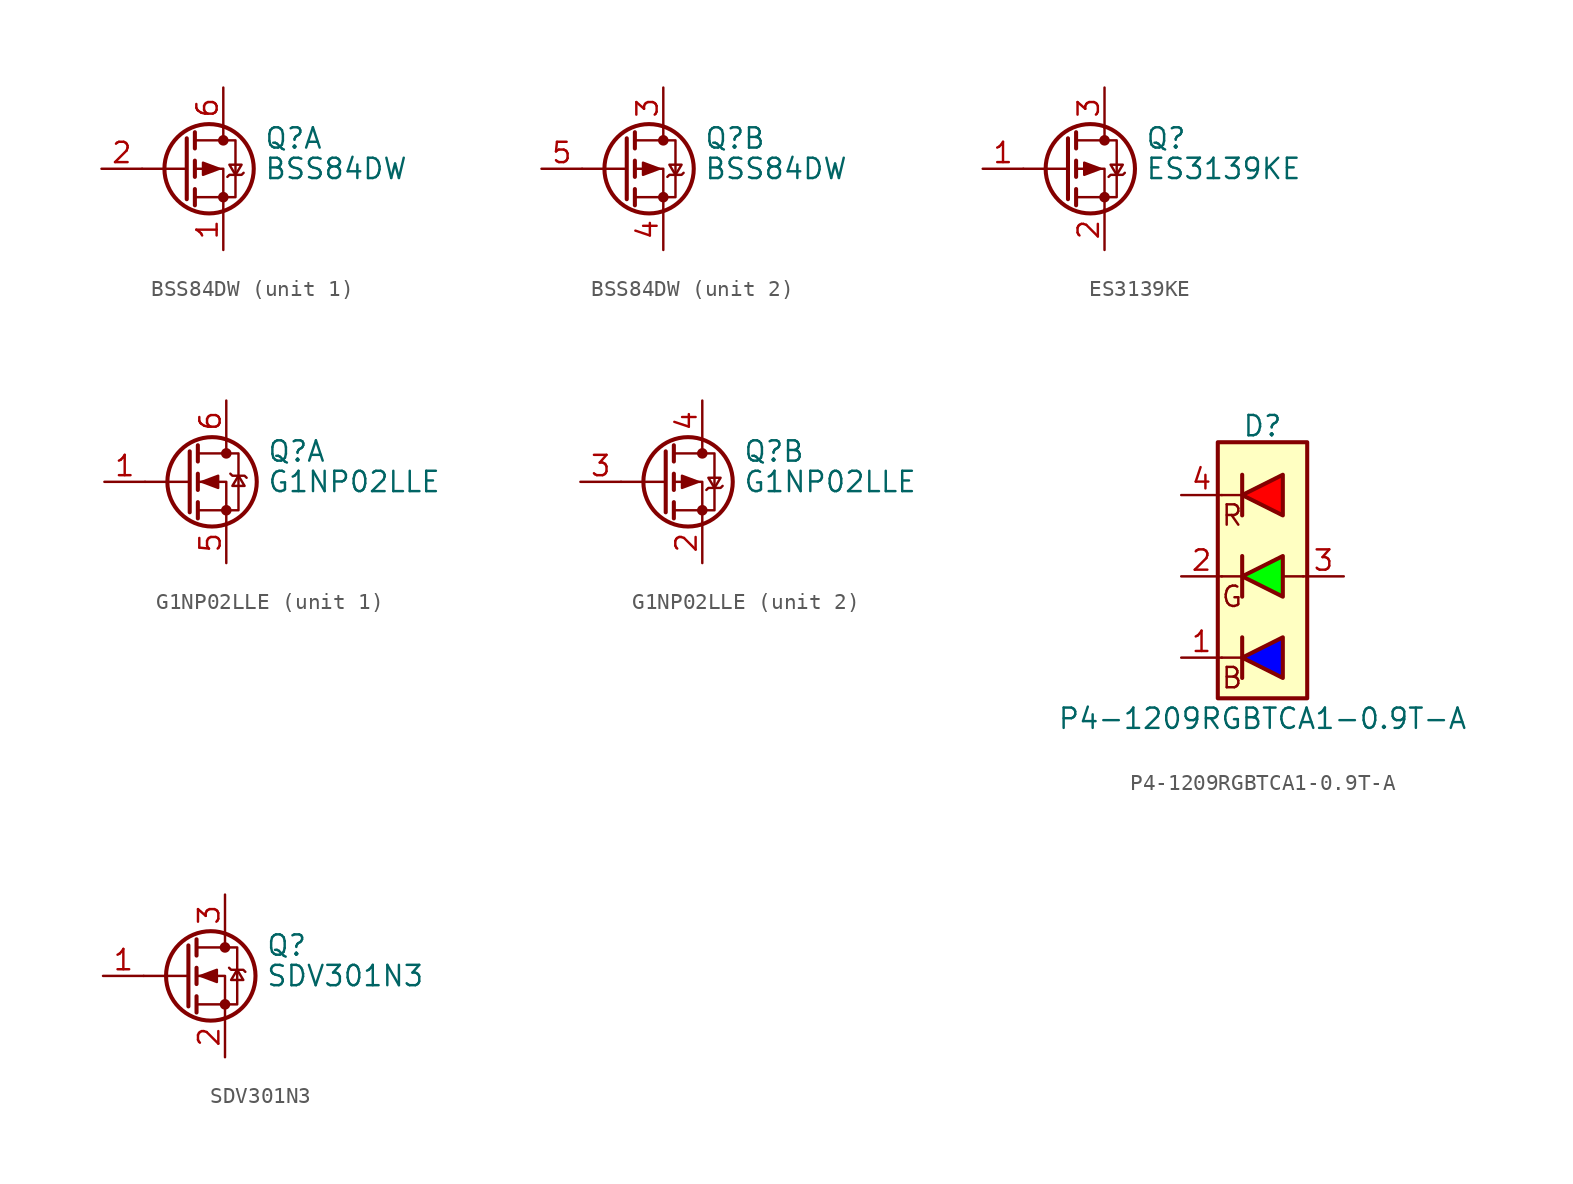
<source format=kicad_sym>
(kicad_symbol_lib
  (version 20231120)
  (generator "kicad_symbol_editor")
  (generator_version "8.0")
  (symbol "BSS84DW"
    (pin_names hide)
    (property "Reference" "Q"
      (at 5.08 1.905 0)
      (effects (font (size 1.27 1.27)) (justify left)))
    (property "Value" "BSS84DW"
      (at 5.08 0 0)
      (effects (font (size 1.27 1.27)) (justify left)))
    (symbol "BSS84DW_0_1"
      (polyline (pts (xy 0.254 0) (xy -2.54 0)) (stroke (width 0) (type default)) (fill (type none)))
      (polyline (pts (xy 0.254 1.905) (xy 0.254 -1.905)) (stroke (width 0.254) (type default)) (fill (type none)))
      (polyline (pts (xy 0.762 -1.27) (xy 0.762 -2.286)) (stroke (width 0.254) (type default)) (fill (type none)))
      (polyline (pts (xy 0.762 0.508) (xy 0.762 -0.508)) (stroke (width 0.254) (type default)) (fill (type none)))
      (polyline (pts (xy 0.762 2.286) (xy 0.762 1.27)) (stroke (width 0.254) (type default)) (fill (type none)))
      (polyline (pts (xy 2.54 2.54) (xy 2.54 1.778)) (stroke (width 0) (type default)) (fill (type none)))
      (polyline (pts (xy 2.54 -2.54) (xy 2.54 0) (xy 0.762 0)) (stroke (width 0) (type default)) (fill (type none)))
      (polyline (pts (xy 0.762 1.778) (xy 3.302 1.778) (xy 3.302 -1.778) (xy 0.762 -1.778)) (stroke (width 0) (type default)) (fill (type none)))
      (polyline (pts (xy 2.286 0) (xy 1.27 0.381) (xy 1.27 -0.381) (xy 2.286 0)) (stroke (width 0) (type default)) (fill (type outline)))
      (polyline (pts (xy 2.794 -0.508) (xy 2.921 -0.381) (xy 3.683 -0.381) (xy 3.81 -0.254)) (stroke (width 0) (type default)) (fill (type none)))
      (polyline (pts (xy 3.302 -0.381) (xy 2.921 0.254) (xy 3.683 0.254) (xy 3.302 -0.381)) (stroke (width 0) (type default)) (fill (type none)))
      (circle (center 1.651 0) (radius 2.794) (stroke (width 0.254) (type default)) (fill (type none)))
      (circle (center 2.54 -1.778) (radius 0.254) (stroke (width 0) (type default)) (fill (type outline)))
      (circle (center 2.54 1.778) (radius 0.254) (stroke (width 0) (type default)) (fill (type outline))))
    (symbol "BSS84DW_1_1"
      (pin passive line (at 2.54 -5.08 90) (length 2.54) (name "S1" (effects (font (size 1.27 1.27)))) (number "1" (effects (font (size 1.27 1.27)))))
      (pin input line (at -5.08 0 0) (length 2.54) (name "G1" (effects (font (size 1.27 1.27)))) (number "2" (effects (font (size 1.27 1.27)))))
      (pin passive line (at 2.54 5.08 270) (length 2.54) (name "D1" (effects (font (size 1.27 1.27)))) (number "6" (effects (font (size 1.27 1.27))))))
    (symbol "BSS84DW_2_1"
      (pin passive line (at 2.54 5.08 270) (length 2.54) (name "D2" (effects (font (size 1.27 1.27)))) (number "3" (effects (font (size 1.27 1.27)))))
      (pin passive line (at 2.54 -5.08 90) (length 2.54) (name "S2" (effects (font (size 1.27 1.27)))) (number "4" (effects (font (size 1.27 1.27)))))
      (pin input line (at -5.08 0 0) (length 2.54) (name "G2" (effects (font (size 1.27 1.27)))) (number "5" (effects (font (size 1.27 1.27)))))))
  (symbol "ES3139KE"
    (pin_names hide)
    (property "Reference" "Q"
      (at 5.08 1.905 0)
      (effects (font (size 1.27 1.27)) (justify left)))
    (property "Value" "ES3139KE"
      (at 5.08 0 0)
      (effects (font (size 1.27 1.27)) (justify left)))
    (symbol "ES3139KE_0_1"
      (polyline (pts (xy 0.254 0) (xy -2.54 0)) (stroke (width 0) (type default)) (fill (type none)))
      (polyline (pts (xy 0.254 1.905) (xy 0.254 -1.905)) (stroke (width 0.254) (type default)) (fill (type none)))
      (polyline (pts (xy 0.762 -1.27) (xy 0.762 -2.286)) (stroke (width 0.254) (type default)) (fill (type none)))
      (polyline (pts (xy 0.762 0.508) (xy 0.762 -0.508)) (stroke (width 0.254) (type default)) (fill (type none)))
      (polyline (pts (xy 0.762 2.286) (xy 0.762 1.27)) (stroke (width 0.254) (type default)) (fill (type none)))
      (polyline (pts (xy 2.54 2.54) (xy 2.54 1.778)) (stroke (width 0) (type default)) (fill (type none)))
      (polyline (pts (xy 2.54 -2.54) (xy 2.54 0) (xy 0.762 0)) (stroke (width 0) (type default)) (fill (type none)))
      (polyline (pts (xy 0.762 1.778) (xy 3.302 1.778) (xy 3.302 -1.778) (xy 0.762 -1.778)) (stroke (width 0) (type default)) (fill (type none)))
      (polyline (pts (xy 2.286 0) (xy 1.27 0.381) (xy 1.27 -0.381) (xy 2.286 0)) (stroke (width 0) (type default)) (fill (type outline)))
      (polyline (pts (xy 2.794 -0.508) (xy 2.921 -0.381) (xy 3.683 -0.381) (xy 3.81 -0.254)) (stroke (width 0) (type default)) (fill (type none)))
      (polyline (pts (xy 3.302 -0.381) (xy 2.921 0.254) (xy 3.683 0.254) (xy 3.302 -0.381)) (stroke (width 0) (type default)) (fill (type none)))
      (circle (center 1.651 0) (radius 2.794) (stroke (width 0.254) (type default)) (fill (type none)))
      (circle (center 2.54 -1.778) (radius 0.254) (stroke (width 0) (type default)) (fill (type outline)))
      (circle (center 2.54 1.778) (radius 0.254) (stroke (width 0) (type default)) (fill (type outline))))
    (symbol "ES3139KE_1_1"
      (pin input line (at -5.08 0 0) (length 2.54) (name "G" (effects (font (size 1.27 1.27)))) (number "1" (effects (font (size 1.27 1.27)))))
      (pin passive line (at 2.54 -5.08 90) (length 2.54) (name "S" (effects (font (size 1.27 1.27)))) (number "2" (effects (font (size 1.27 1.27)))))
      (pin passive line (at 2.54 5.08 270) (length 2.54) (name "D" (effects (font (size 1.27 1.27)))) (number "3" (effects (font (size 1.27 1.27)))))))
  (symbol "G1NP02LLE"
    (pin_names hide)
    (property "Reference" "Q"
      (at 5.08 1.905 0)
      (effects (font (size 1.27 1.27)) (justify left)))
    (property "Value" "G1NP02LLE"
      (at 5.08 0 0)
      (effects (font (size 1.27 1.27)) (justify left)))
    (property "ki_locked" ""
      (at 0 0 0)
      (effects (font (size 1.27 1.27))))
    (symbol "G1NP02LLE_0_1"
      (polyline (pts (xy 0.254 0) (xy -2.54 0)) (stroke (width 0) (type default)) (fill (type none)))
      (polyline (pts (xy 0.254 1.905) (xy 0.254 -1.905)) (stroke (width 0.254) (type default)) (fill (type none)))
      (polyline (pts (xy 0.762 -1.27) (xy 0.762 -2.286)) (stroke (width 0.254) (type default)) (fill (type none)))
      (polyline (pts (xy 0.762 0.508) (xy 0.762 -0.508)) (stroke (width 0.254) (type default)) (fill (type none)))
      (polyline (pts (xy 0.762 2.286) (xy 0.762 1.27)) (stroke (width 0.254) (type default)) (fill (type none)))
      (polyline (pts (xy 2.54 2.54) (xy 2.54 1.778)) (stroke (width 0) (type default)) (fill (type none)))
      (polyline (pts (xy 2.54 -2.54) (xy 2.54 0) (xy 0.762 0)) (stroke (width 0) (type default)) (fill (type none)))
      (polyline (pts (xy 0.762 -1.778) (xy 3.302 -1.778) (xy 3.302 1.778) (xy 0.762 1.778)) (stroke (width 0) (type default)) (fill (type none)))
      (circle (center 1.651 0) (radius 2.794) (stroke (width 0.254) (type default)) (fill (type none)))
      (circle (center 2.54 -1.778) (radius 0.254) (stroke (width 0) (type default)) (fill (type outline)))
      (circle (center 2.54 1.778) (radius 0.254) (stroke (width 0) (type default)) (fill (type outline))))
    (symbol "G1NP02LLE_1_1"
      (polyline (pts (xy 1.016 0) (xy 2.032 0.381) (xy 2.032 -0.381) (xy 1.016 0)) (stroke (width 0) (type default)) (fill (type outline)))
      (polyline (pts (xy 2.794 0.508) (xy 2.921 0.381) (xy 3.683 0.381) (xy 3.81 0.254)) (stroke (width 0) (type default)) (fill (type none)))
      (polyline (pts (xy 3.302 0.381) (xy 2.921 -0.254) (xy 3.683 -0.254) (xy 3.302 0.381)) (stroke (width 0) (type default)) (fill (type none)))
      (pin input line (at -5.08 0 0) (length 2.54) (name "G" (effects (font (size 1.27 1.27)))) (number "1" (effects (font (size 1.27 1.27)))))
      (pin passive line (at 2.54 -5.08 90) (length 2.54) (name "S" (effects (font (size 1.27 1.27)))) (number "5" (effects (font (size 1.27 1.27)))))
      (pin passive line (at 2.54 5.08 270) (length 2.54) (name "D" (effects (font (size 1.27 1.27)))) (number "6" (effects (font (size 1.27 1.27))))))
    (symbol "G1NP02LLE_2_1"
      (polyline (pts (xy 2.286 0) (xy 1.27 0.381) (xy 1.27 -0.381) (xy 2.286 0)) (stroke (width 0) (type default)) (fill (type outline)))
      (polyline (pts (xy 2.794 -0.508) (xy 2.921 -0.381) (xy 3.683 -0.381) (xy 3.81 -0.254)) (stroke (width 0) (type default)) (fill (type none)))
      (polyline (pts (xy 3.302 -0.381) (xy 2.921 0.254) (xy 3.683 0.254) (xy 3.302 -0.381)) (stroke (width 0) (type default)) (fill (type none)))
      (pin passive line (at 2.54 -5.08 90) (length 2.54) (name "S" (effects (font (size 1.27 1.27)))) (number "2" (effects (font (size 1.27 1.27)))))
      (pin input line (at -5.08 0 0) (length 2.54) (name "G" (effects (font (size 1.27 1.27)))) (number "3" (effects (font (size 1.27 1.27)))))
      (pin passive line (at 2.54 5.08 270) (length 2.54) (name "D" (effects (font (size 1.27 1.27)))) (number "4" (effects (font (size 1.27 1.27)))))))
  (symbol "P4-1209RGBTCA1-0.9T-A"
    (pin_names
      (offset 0) hide)
    (property "Reference" "D"
      (at 0 9.398 0)
      (effects (font (size 1.27 1.27))))
    (property "Value" "P4-1209RGBTCA1-0.9T-A"
      (at 0 -8.89 0)
      (effects (font (size 1.27 1.27))))
    (symbol "P4-1209RGBTCA1-0.9T-A_0_0"
      (text "B" (at -1.905 -6.35 0) (effects (font (size 1.27 1.27))))
      (text "G" (at -1.905 -1.27 0) (effects (font (size 1.27 1.27))))
      (text "R" (at -1.905 3.81 0) (effects (font (size 1.27 1.27)))))
    (symbol "P4-1209RGBTCA1-0.9T-A_0_1"
      (rectangle (start -2.794 8.382) (end 2.794 -7.62) (stroke (width 0.254) (type default)) (fill (type background)))
      (polyline (pts (xy -1.27 -5.08) (xy -2.54 -5.08)) (stroke (width 0) (type default)) (fill (type none)))
      (polyline (pts (xy -1.27 -3.81) (xy -1.27 -6.35)) (stroke (width 0.254) (type default)) (fill (type none)))
      (polyline (pts (xy -1.27 0) (xy -2.54 0)) (stroke (width 0) (type default)) (fill (type none)))
      (polyline (pts (xy -1.27 1.27) (xy -1.27 -1.27)) (stroke (width 0.254) (type default)) (fill (type none)))
      (polyline (pts (xy -1.27 5.08) (xy -2.54 5.08)) (stroke (width 0) (type default)) (fill (type none)))
      (polyline (pts (xy -1.27 6.35) (xy -1.27 3.81)) (stroke (width 0.254) (type default)) (fill (type none)))
      (polyline (pts (xy 1.27 0) (xy 2.54 0)) (stroke (width 0) (type default)) (fill (type none))))
    (symbol "P4-1209RGBTCA1-0.9T-A_1_1"
      (polyline (pts (xy 1.27 -3.81) (xy 1.27 -6.35) (xy -1.27 -5.08) (xy 1.27 -3.81)) (stroke (width 0.254) (type default)) (fill (type color) (color 0 0 255 1)))
      (polyline (pts (xy 1.27 1.27) (xy 1.27 -1.27) (xy -1.27 0) (xy 1.27 1.27)) (stroke (width 0.254) (type default)) (fill (type color) (color 0 255 0 1)))
      (polyline (pts (xy 1.27 6.35) (xy 1.27 3.81) (xy -1.27 5.08) (xy 1.27 6.35)) (stroke (width 0.254) (type default)) (fill (type color) (color 255 0 0 1)))
      (pin passive line (at -5.08 -5.08 0) (length 2.54) (name "BK" (effects (font (size 1.27 1.27)))) (number "1" (effects (font (size 1.27 1.27)))))
      (pin passive line (at -5.08 0 0) (length 2.54) (name "GK" (effects (font (size 1.27 1.27)))) (number "2" (effects (font (size 1.27 1.27)))))
      (pin passive line (at 5.08 0 180) (length 2.54) (name "A" (effects (font (size 1.27 1.27)))) (number "3" (effects (font (size 1.27 1.27)))))
      (pin passive line (at -5.08 5.08 0) (length 2.54) (name "RK" (effects (font (size 1.27 1.27)))) (number "4" (effects (font (size 1.27 1.27)))))))
  (symbol "SDV301N3"
    (pin_names hide)
    (property "Reference" "Q"
      (at 5.08 1.905 0)
      (effects (font (size 1.27 1.27)) (justify left)))
    (property "Value" "SDV301N3"
      (at 5.08 0 0)
      (effects (font (size 1.27 1.27)) (justify left)))
    (symbol "SDV301N3_0_1"
      (polyline (pts (xy 0.254 0) (xy -2.54 0)) (stroke (width 0) (type default)) (fill (type none)))
      (polyline (pts (xy 0.254 1.905) (xy 0.254 -1.905)) (stroke (width 0.254) (type default)) (fill (type none)))
      (polyline (pts (xy 0.762 -1.27) (xy 0.762 -2.286)) (stroke (width 0.254) (type default)) (fill (type none)))
      (polyline (pts (xy 0.762 0.508) (xy 0.762 -0.508)) (stroke (width 0.254) (type default)) (fill (type none)))
      (polyline (pts (xy 0.762 2.286) (xy 0.762 1.27)) (stroke (width 0.254) (type default)) (fill (type none)))
      (polyline (pts (xy 2.54 2.54) (xy 2.54 1.778)) (stroke (width 0) (type default)) (fill (type none)))
      (polyline (pts (xy 2.54 -2.54) (xy 2.54 0) (xy 0.762 0)) (stroke (width 0) (type default)) (fill (type none)))
      (polyline (pts (xy 0.762 -1.778) (xy 3.302 -1.778) (xy 3.302 1.778) (xy 0.762 1.778)) (stroke (width 0) (type default)) (fill (type none)))
      (polyline (pts (xy 1.016 0) (xy 2.032 0.381) (xy 2.032 -0.381) (xy 1.016 0)) (stroke (width 0) (type default)) (fill (type outline)))
      (polyline (pts (xy 2.794 0.508) (xy 2.921 0.381) (xy 3.683 0.381) (xy 3.81 0.254)) (stroke (width 0) (type default)) (fill (type none)))
      (polyline (pts (xy 3.302 0.381) (xy 2.921 -0.254) (xy 3.683 -0.254) (xy 3.302 0.381)) (stroke (width 0) (type default)) (fill (type none)))
      (circle (center 1.651 0) (radius 2.794) (stroke (width 0.254) (type default)) (fill (type none)))
      (circle (center 2.54 -1.778) (radius 0.254) (stroke (width 0) (type default)) (fill (type outline)))
      (circle (center 2.54 1.778) (radius 0.254) (stroke (width 0) (type default)) (fill (type outline))))
    (symbol "SDV301N3_1_1"
      (pin input line (at -5.08 0 0) (length 2.54) (name "G" (effects (font (size 1.27 1.27)))) (number "1" (effects (font (size 1.27 1.27)))))
      (pin passive line (at 2.54 -5.08 90) (length 2.54) (name "S" (effects (font (size 1.27 1.27)))) (number "2" (effects (font (size 1.27 1.27)))))
      (pin passive line (at 2.54 5.08 270) (length 2.54) (name "D" (effects (font (size 1.27 1.27)))) (number "3" (effects (font (size 1.27 1.27))))))))
</source>
